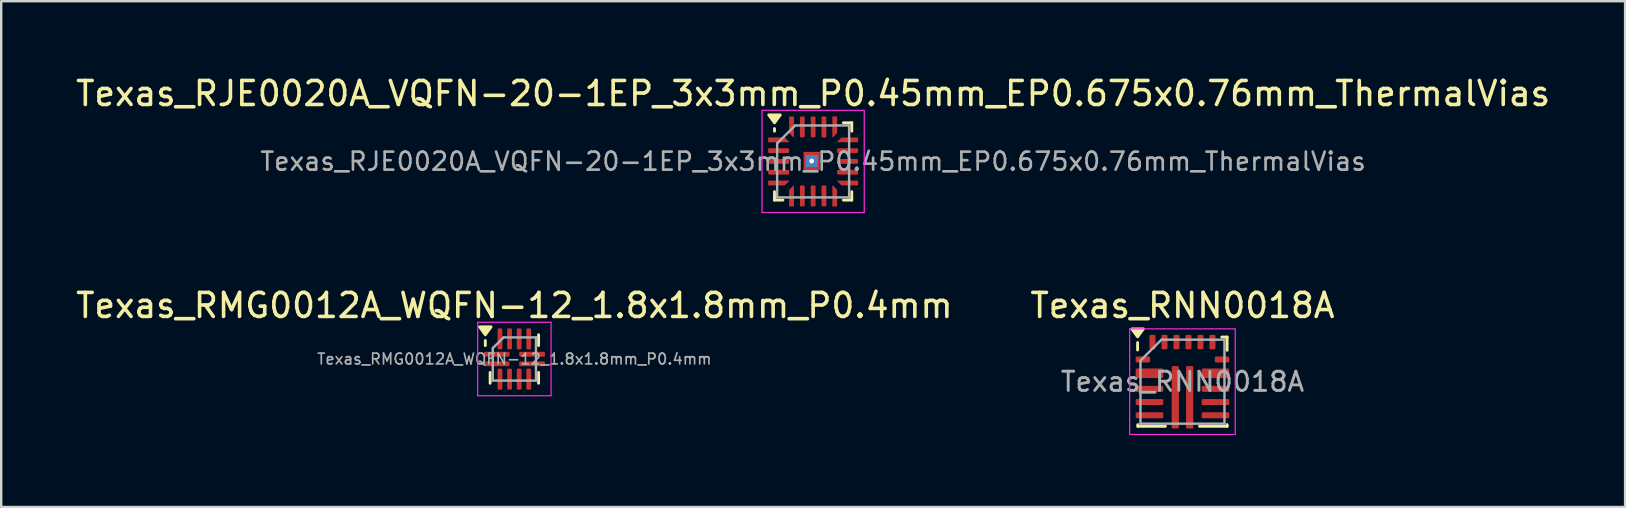
<source format=kicad_pcb>
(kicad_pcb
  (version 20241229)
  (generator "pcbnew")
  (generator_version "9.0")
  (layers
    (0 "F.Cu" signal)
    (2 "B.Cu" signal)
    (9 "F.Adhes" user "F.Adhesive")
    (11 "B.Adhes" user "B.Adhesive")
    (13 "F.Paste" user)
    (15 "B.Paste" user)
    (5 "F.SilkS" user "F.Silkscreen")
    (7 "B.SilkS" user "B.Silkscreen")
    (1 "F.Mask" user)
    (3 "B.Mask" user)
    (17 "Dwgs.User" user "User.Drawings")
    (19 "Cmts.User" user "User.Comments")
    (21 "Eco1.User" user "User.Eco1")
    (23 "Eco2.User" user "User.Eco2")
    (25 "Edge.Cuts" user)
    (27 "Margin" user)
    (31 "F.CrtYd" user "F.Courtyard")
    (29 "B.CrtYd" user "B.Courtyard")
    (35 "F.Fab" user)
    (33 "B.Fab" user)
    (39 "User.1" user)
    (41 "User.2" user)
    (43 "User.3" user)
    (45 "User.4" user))
  (footprint "Texas_RNN0018A"
    (layer "F.Cu")
    (at 46.232 12.857)
    (property "Reference" "Texas_RNN0018A" (at 0 -3.175 0) (layer "F.SilkS") (effects (font (size 1 1) (thickness 0.15))))
    (attr smd)
    (fp_line (start -1.87 -1.32) (end -1.87 -1.63) (stroke (width 0.12) (type solid)) (layer "F.SilkS"))
    (fp_line (start -1.86 1.79) (end -1.86 1.86) (stroke (width 0.12) (type solid)) (layer "F.SilkS"))
    (fp_line (start -1.86 1.86) (end -0.71 1.86) (stroke (width 0.12) (type solid)) (layer "F.SilkS"))
    (fp_line (start 1.64 -1.86) (end 1.86 -1.86) (stroke (width 0.12) (type solid)) (layer "F.SilkS"))
    (fp_line (start 1.86 -1.86) (end 1.86 -1.31) (stroke (width 0.12) (type solid)) (layer "F.SilkS"))
    (fp_line (start 1.86 1.79) (end 1.86 1.86) (stroke (width 0.12) (type solid)) (layer "F.SilkS"))
    (fp_line (start 1.86 1.86) (end 0.71 1.86) (stroke (width 0.12) (type solid)) (layer "F.SilkS"))
    (fp_poly (pts (xy -1.87 -1.87) (xy -2.11 -2.2) (xy -1.63 -2.2) (xy -1.87 -1.87)) (stroke (width 0.12) (type solid)) (fill yes) (layer "F.SilkS"))
    (fp_line (start -2.2 -2.2) (end 2.2 -2.2) (stroke (width 0.05) (type solid)) (layer "F.CrtYd"))
    (fp_line (start -2.2 2.2) (end -2.2 -2.2) (stroke (width 0.05) (type solid)) (layer "F.CrtYd"))
    (fp_line (start 2.2 -2.2) (end 2.2 2.2) (stroke (width 0.05) (type solid)) (layer "F.CrtYd"))
    (fp_line (start 2.2 2.2) (end -2.2 2.2) (stroke (width 0.05) (type solid)) (layer "F.CrtYd"))
    (fp_line (start -1.75 1.75) (end -1.75 -0.875) (stroke (width 0.1) (type solid)) (layer "F.Fab"))
    (fp_line (start -0.875 -1.75) (end -1.75 -0.875) (stroke (width 0.1) (type solid)) (layer "F.Fab"))
    (fp_line (start -0.875 -1.75) (end 1.75 -1.75) (stroke (width 0.1) (type solid)) (layer "F.Fab"))
    (fp_line (start 1.75 -1.75) (end 1.75 1.75) (stroke (width 0.1) (type solid)) (layer "F.Fab"))
    (fp_line (start 1.75 1.75) (end -1.75 1.75) (stroke (width 0.1) (type solid)) (layer "F.Fab"))
    (fp_text user "${REFERENCE}" (at 0 0 0) (layer "F.Fab") (effects (font (size 0.8 0.8) (thickness 0.12))))
    (pad "" smd roundrect (at -1.375 -0.35) (size 1.15 0.36) (layers "F.Paste") (roundrect_rratio 0.139))
    (pad "" smd roundrect (at -0.3 -0.282) (size 0.3 0.733) (layers "F.Paste") (roundrect_rratio 0.167))
    (pad "" smd roundrect (at -0.3 0.651) (size 0.3 0.733) (layers "F.Paste") (roundrect_rratio 0.167))
    (pad "" smd roundrect (at -0.3 1.585) (size 0.3 0.733) (layers "F.Paste") (roundrect_rratio 0.167))
    (pad "" smd roundrect (at 0.3 -0.282) (size 0.3 0.733) (layers "F.Paste") (roundrect_rratio 0.167))
    (pad "" smd roundrect (at 0.3 0.651) (size 0.3 0.733) (layers "F.Paste") (roundrect_rratio 0.167))
    (pad "" smd roundrect (at 0.3 1.585) (size 0.3 0.733) (layers "F.Paste") (roundrect_rratio 0.167))
    (pad "" smd roundrect (at 1.375 -0.35) (size 1.15 0.36) (layers "F.Paste") (roundrect_rratio 0.139))
    (pad "1" smd roundrect (at -1.65 -0.925) (size 0.6 0.25) (layers "F.Cu" "F.Mask" "F.Paste") (roundrect_rratio 0.2))
    (pad "2" smd roundrect (at -1.375 -0.35) (size 1.15 0.4) (layers "F.Cu" "F.Mask") (roundrect_rratio 0.125))
    (pad "3" smd roundrect (at -1.375 0.3) (size 1.15 0.25) (layers "F.Cu" "F.Mask" "F.Paste") (roundrect_rratio 0.2))
    (pad "4" smd roundrect (at -1.375 0.85) (size 1.15 0.25) (layers "F.Cu" "F.Mask" "F.Paste") (roundrect_rratio 0.2))
    (pad "5" smd roundrect (at -1.375 1.4) (size 1.15 0.25) (layers "F.Cu" "F.Mask" "F.Paste") (roundrect_rratio 0.2))
    (pad "6" smd roundrect (at -0.3 0.65) (size 0.3 2.6) (layers "F.Cu" "F.Mask") (roundrect_rratio 0.166))
    (pad "7" smd roundrect (at 0.3 0.65) (size 0.3 2.6) (layers "F.Cu" "F.Mask") (roundrect_rratio 0.166))
    (pad "8" smd roundrect (at 1.375 1.4) (size 1.15 0.25) (layers "F.Cu" "F.Mask" "F.Paste") (roundrect_rratio 0.2))
    (pad "9" smd roundrect (at 1.375 0.85) (size 1.15 0.25) (layers "F.Cu" "F.Mask" "F.Paste") (roundrect_rratio 0.2))
    (pad "10" smd roundrect (at 1.375 0.3) (size 1.15 0.25) (layers "F.Cu" "F.Mask" "F.Paste") (roundrect_rratio 0.2))
    (pad "11" smd roundrect (at 1.375 -0.35) (size 1.15 0.4) (layers "F.Cu" "F.Mask") (roundrect_rratio 0.125))
    (pad "12" smd roundrect (at 1.65 -0.925) (size 0.6 0.25) (layers "F.Cu" "F.Mask" "F.Paste") (roundrect_rratio 0.2))
    (pad "13" smd roundrect (at 1.25 -1.65) (size 0.25 0.6) (layers "F.Cu" "F.Mask" "F.Paste") (roundrect_rratio 0.2))
    (pad "14" smd roundrect (at 0.75 -1.65) (size 0.25 0.6) (layers "F.Cu" "F.Mask" "F.Paste") (roundrect_rratio 0.2))
    (pad "15" smd roundrect (at 0.25 -1.65) (size 0.25 0.6) (layers "F.Cu" "F.Mask" "F.Paste") (roundrect_rratio 0.2))
    (pad "16" smd roundrect (at -0.25 -1.65) (size 0.25 0.6) (layers "F.Cu" "F.Mask" "F.Paste") (roundrect_rratio 0.2))
    (pad "17" smd roundrect (at -0.75 -1.65) (size 0.25 0.6) (layers "F.Cu" "F.Mask" "F.Paste") (roundrect_rratio 0.2))
    (pad "18" smd roundrect (at -1.25 -1.65) (size 0.25 0.6) (layers "F.Cu" "F.Mask" "F.Paste") (roundrect_rratio 0.2)))
  (footprint "Texas_RMG0012A_WQFN-12_1.8x1.8mm_P0.4mm"
    (layer "F.Cu")
    (at 18.387 11.912)
    (property "Reference" "Texas_RMG0012A_WQFN-12_1.8x1.8mm_P0.4mm" (at 0 -2.23 0) (layer "F.SilkS") (effects (font (size 1 1) (thickness 0.15))))
    (attr smd)
    (fp_line (start -1.21 -0.56) (end -1.21 -0.77) (stroke (width 0.12) (type solid)) (layer "F.SilkS"))
    (fp_line (start -1.01 1.01) (end -1.01 0.56) (stroke (width 0.12) (type solid)) (layer "F.SilkS"))
    (fp_line (start 1.01 -1.01) (end 1.01 -0.56) (stroke (width 0.12) (type solid)) (layer "F.SilkS"))
    (fp_line (start 1.01 1.01) (end 1.01 0.56) (stroke (width 0.12) (type solid)) (layer "F.SilkS"))
    (fp_poly (pts (xy -1.21 -1.01) (xy -1.45 -1.34) (xy -0.97 -1.34) (xy -1.21 -1.01)) (stroke (width 0.12) (type solid)) (fill yes) (layer "F.SilkS"))
    (fp_line (start -1.53 -1.53) (end -1.53 1.53) (stroke (width 0.05) (type solid)) (layer "F.CrtYd"))
    (fp_line (start -1.53 1.53) (end 1.53 1.53) (stroke (width 0.05) (type solid)) (layer "F.CrtYd"))
    (fp_line (start 1.53 -1.53) (end -1.53 -1.53) (stroke (width 0.05) (type solid)) (layer "F.CrtYd"))
    (fp_line (start 1.53 1.53) (end 1.53 -1.53) (stroke (width 0.05) (type solid)) (layer "F.CrtYd"))
    (fp_line (start -0.9 -0.45) (end -0.45 -0.9) (stroke (width 0.1) (type solid)) (layer "F.Fab"))
    (fp_line (start -0.9 0.9) (end -0.9 -0.45) (stroke (width 0.1) (type solid)) (layer "F.Fab"))
    (fp_line (start -0.45 -0.9) (end 0.9 -0.9) (stroke (width 0.1) (type solid)) (layer "F.Fab"))
    (fp_line (start 0.9 -0.9) (end 0.9 0.9) (stroke (width 0.1) (type solid)) (layer "F.Fab"))
    (fp_line (start 0.9 0.9) (end -0.9 0.9) (stroke (width 0.1) (type solid)) (layer "F.Fab"))
    (fp_text user "${REFERENCE}" (at 0 0 0) (layer "F.Fab") (effects (font (size 0.45 0.45) (thickness 0.07))))
    (pad "1" smd roundrect (at -0.738 -0.2) (size 1.075 0.2) (layers "F.Cu" "F.Mask" "F.Paste") (roundrect_rratio 0.25))
    (pad "2" smd roundrect (at -0.738 0.2) (size 1.075 0.2) (layers "F.Cu" "F.Mask" "F.Paste") (roundrect_rratio 0.25))
    (pad "3" smd roundrect (at -0.6 0.838) (size 0.2 0.875) (layers "F.Cu" "F.Mask" "F.Paste") (roundrect_rratio 0.25))
    (pad "4" smd roundrect (at -0.2 0.838) (size 0.2 0.875) (layers "F.Cu" "F.Mask" "F.Paste") (roundrect_rratio 0.25))
    (pad "5" smd roundrect (at 0.2 0.838) (size 0.2 0.875) (layers "F.Cu" "F.Mask" "F.Paste") (roundrect_rratio 0.25))
    (pad "6" smd roundrect (at 0.6 0.838) (size 0.2 0.875) (layers "F.Cu" "F.Mask" "F.Paste") (roundrect_rratio 0.25))
    (pad "7" smd roundrect (at 0.738 0.2) (size 1.075 0.2) (layers "F.Cu" "F.Mask" "F.Paste") (roundrect_rratio 0.25))
    (pad "8" smd roundrect (at 0.738 -0.2) (size 1.075 0.2) (layers "F.Cu" "F.Mask" "F.Paste") (roundrect_rratio 0.25))
    (pad "9" smd roundrect (at 0.6 -0.838) (size 0.2 0.875) (layers "F.Cu" "F.Mask" "F.Paste") (roundrect_rratio 0.25))
    (pad "10" smd roundrect (at 0.2 -0.838) (size 0.2 0.875) (layers "F.Cu" "F.Mask" "F.Paste") (roundrect_rratio 0.25))
    (pad "11" smd roundrect (at -0.2 -0.838) (size 0.2 0.875) (layers "F.Cu" "F.Mask" "F.Paste") (roundrect_rratio 0.25))
    (pad "12" smd roundrect (at -0.6 -0.838) (size 0.2 0.875) (layers "F.Cu" "F.Mask" "F.Paste") (roundrect_rratio 0.25)))
  (footprint "Texas_RJE0020A_VQFN-20-1EP_3x3mm_P0.45mm_EP0.675x0.76mm_ThermalVias"
    (layer "F.Cu")
    (at 30.839 3.678)
    (property "Reference" "Texas_RJE0020A_VQFN-20-1EP_3x3mm_P0.45mm_EP0.675x0.76mm_ThermalVias" (at 0 -2.83 0) (layer "F.SilkS") (effects (font (size 1 1) (thickness 0.15))))
    (attr smd)
    (fp_line (start -1.61 -1.26) (end -1.61 -1.37) (stroke (width 0.12) (type solid)) (layer "F.SilkS"))
    (fp_line (start -1.61 1.61) (end -1.61 1.26) (stroke (width 0.12) (type solid)) (layer "F.SilkS"))
    (fp_line (start -1.26 1.61) (end -1.61 1.61) (stroke (width 0.12) (type solid)) (layer "F.SilkS"))
    (fp_line (start 1.26 -1.61) (end 1.61 -1.61) (stroke (width 0.12) (type solid)) (layer "F.SilkS"))
    (fp_line (start 1.26 1.61) (end 1.61 1.61) (stroke (width 0.12) (type solid)) (layer "F.SilkS"))
    (fp_line (start 1.61 -1.61) (end 1.61 -1.26) (stroke (width 0.12) (type solid)) (layer "F.SilkS"))
    (fp_line (start 1.61 1.61) (end 1.61 1.26) (stroke (width 0.12) (type solid)) (layer "F.SilkS"))
    (fp_poly (pts (xy -1.61 -1.61) (xy -1.85 -1.94) (xy -1.37 -1.94) (xy -1.61 -1.61)) (stroke (width 0.12) (type solid)) (fill yes) (layer "F.SilkS"))
    (fp_line (start -2.13 -2.13) (end -2.13 2.13) (stroke (width 0.05) (type solid)) (layer "F.CrtYd"))
    (fp_line (start -2.13 2.13) (end 2.13 2.13) (stroke (width 0.05) (type solid)) (layer "F.CrtYd"))
    (fp_line (start 2.13 -2.13) (end -2.13 -2.13) (stroke (width 0.05) (type solid)) (layer "F.CrtYd"))
    (fp_line (start 2.13 2.13) (end 2.13 -2.13) (stroke (width 0.05) (type solid)) (layer "F.CrtYd"))
    (fp_line (start -1.5 -0.75) (end -0.75 -1.5) (stroke (width 0.1) (type solid)) (layer "F.Fab"))
    (fp_line (start -1.5 1.5) (end -1.5 -0.75) (stroke (width 0.1) (type solid)) (layer "F.Fab"))
    (fp_line (start -0.75 -1.5) (end 1.5 -1.5) (stroke (width 0.1) (type solid)) (layer "F.Fab"))
    (fp_line (start 1.5 -1.5) (end 1.5 1.5) (stroke (width 0.1) (type solid)) (layer "F.Fab"))
    (fp_line (start 1.5 1.5) (end -1.5 1.5) (stroke (width 0.1) (type solid)) (layer "F.Fab"))
    (fp_text user "${REFERENCE}" (at 0 0 0) (layer "F.Fab") (effects (font (size 0.75 0.75) (thickness 0.11))))
    (pad "" smd roundrect (at -0.06 -0.018) (size 0.64 0.72) (layers "F.Paste") (roundrect_rratio 0.25))
    (pad "1" smd custom (at -1.438 -0.9) (size 0.073 0.073) (layers "F.Cu" "F.Mask" "F.Paste") (options (anchor circle)) (primitives (gr_poly (pts (xy -0.427 -0.09) (xy 0.253 -0.09) (xy 0.427 0.084) (xy 0.427 0.09) (xy -0.427 0.09)) (width 0.02) (fill yes))))
    (pad "2" smd roundrect (at -1.438 -0.45) (size 0.875 0.2) (layers "F.Cu" "F.Mask" "F.Paste") (roundrect_rratio 0.25))
    (pad "3" smd roundrect (at -1.438 0) (size 0.875 0.2) (layers "F.Cu" "F.Mask" "F.Paste") (roundrect_rratio 0.25))
    (pad "4" smd roundrect (at -1.438 0.45) (size 0.875 0.2) (layers "F.Cu" "F.Mask" "F.Paste") (roundrect_rratio 0.25))
    (pad "5" smd custom (at -1.438 0.9) (size 0.073 0.073) (layers "F.Cu" "F.Mask" "F.Paste") (options (anchor circle)) (primitives (gr_poly (pts (xy -0.427 -0.09) (xy 0.427 -0.09) (xy 0.427 -0.084) (xy 0.253 0.09) (xy -0.427 0.09)) (width 0.02) (fill yes))))
    (pad "6" smd custom (at -0.9 1.438) (size 0.073 0.073) (layers "F.Cu" "F.Mask" "F.Paste") (options (anchor circle)) (primitives (gr_poly (pts (xy -0.09 -0.253) (xy 0.084 -0.427) (xy 0.09 -0.427) (xy 0.09 0.427) (xy -0.09 0.427)) (width 0.02) (fill yes))))
    (pad "7" smd roundrect (at -0.45 1.438) (size 0.2 0.875) (layers "F.Cu" "F.Mask" "F.Paste") (roundrect_rratio 0.25))
    (pad "8" smd roundrect (at 0 1.438) (size 0.2 0.875) (layers "F.Cu" "F.Mask" "F.Paste") (roundrect_rratio 0.25))
    (pad "9" smd roundrect (at 0.45 1.438) (size 0.2 0.875) (layers "F.Cu" "F.Mask" "F.Paste") (roundrect_rratio 0.25))
    (pad "10" smd custom (at 0.9 1.438) (size 0.073 0.073) (layers "F.Cu" "F.Mask" "F.Paste") (options (anchor circle)) (primitives (gr_poly (pts (xy -0.09 -0.427) (xy -0.084 -0.427) (xy 0.09 -0.253) (xy 0.09 0.427) (xy -0.09 0.427)) (width 0.02) (fill yes))))
    (pad "11" smd custom (at 1.438 0.9) (size 0.073 0.073) (layers "F.Cu" "F.Mask" "F.Paste") (options (anchor circle)) (primitives (gr_poly (pts (xy -0.427 -0.09) (xy 0.427 -0.09) (xy 0.427 0.09) (xy -0.253 0.09) (xy -0.427 -0.084)) (width 0.02) (fill yes))))
    (pad "12" smd roundrect (at 1.438 0.45) (size 0.875 0.2) (layers "F.Cu" "F.Mask" "F.Paste") (roundrect_rratio 0.25))
    (pad "13" smd roundrect (at 1.438 0) (size 0.875 0.2) (layers "F.Cu" "F.Mask" "F.Paste") (roundrect_rratio 0.25))
    (pad "14" smd roundrect (at 1.438 -0.45) (size 0.875 0.2) (layers "F.Cu" "F.Mask" "F.Paste") (roundrect_rratio 0.25))
    (pad "15" smd custom (at 1.438 -0.9) (size 0.073 0.073) (layers "F.Cu" "F.Mask" "F.Paste") (options (anchor circle)) (primitives (gr_poly (pts (xy -0.427 0.084) (xy -0.253 -0.09) (xy 0.427 -0.09) (xy 0.427 0.09) (xy -0.427 0.09)) (width 0.02) (fill yes))))
    (pad "16" smd custom (at 0.9 -1.438) (size 0.073 0.073) (layers "F.Cu" "F.Mask" "F.Paste") (options (anchor circle)) (primitives (gr_poly (pts (xy -0.09 -0.427) (xy 0.09 -0.427) (xy 0.09 0.253) (xy -0.084 0.427) (xy -0.09 0.427)) (width 0.02) (fill yes))))
    (pad "17" smd roundrect (at 0.45 -1.438) (size 0.2 0.875) (layers "F.Cu" "F.Mask" "F.Paste") (roundrect_rratio 0.25))
    (pad "18" smd roundrect (at 0 -1.438) (size 0.2 0.875) (layers "F.Cu" "F.Mask" "F.Paste") (roundrect_rratio 0.25))
    (pad "19" smd roundrect (at -0.45 -1.438) (size 0.2 0.875) (layers "F.Cu" "F.Mask" "F.Paste") (roundrect_rratio 0.25))
    (pad "20" smd custom (at -0.9 -1.438) (size 0.073 0.073) (layers "F.Cu" "F.Mask" "F.Paste") (options (anchor circle)) (primitives (gr_poly (pts (xy -0.09 -0.427) (xy 0.09 -0.427) (xy 0.09 0.427) (xy 0.084 0.427) (xy -0.09 0.253)) (width 0.02) (fill yes))))
    (pad "21" thru_hole circle (at -0.06 -0.018) (size 0.5 0.5) (drill 0.2) (property pad_prop_heatsink) (layers "*.Cu"))
    (pad "21" smd rect (at -0.06 -0.018) (size 0.5 0.5) (property pad_prop_heatsink) (layers "B.Cu"))
    (pad "21" smd rect (at -0.06 -0.018) (size 0.675 0.76) (property pad_prop_heatsink) (layers "F.Cu" "F.Mask")))
  (gr_rect
    (start -3 -3)
    (end 64.679 18.081)
    (stroke (width 0.1) (type default))
    (fill no)
    (layer "Edge.Cuts")))
</source>
